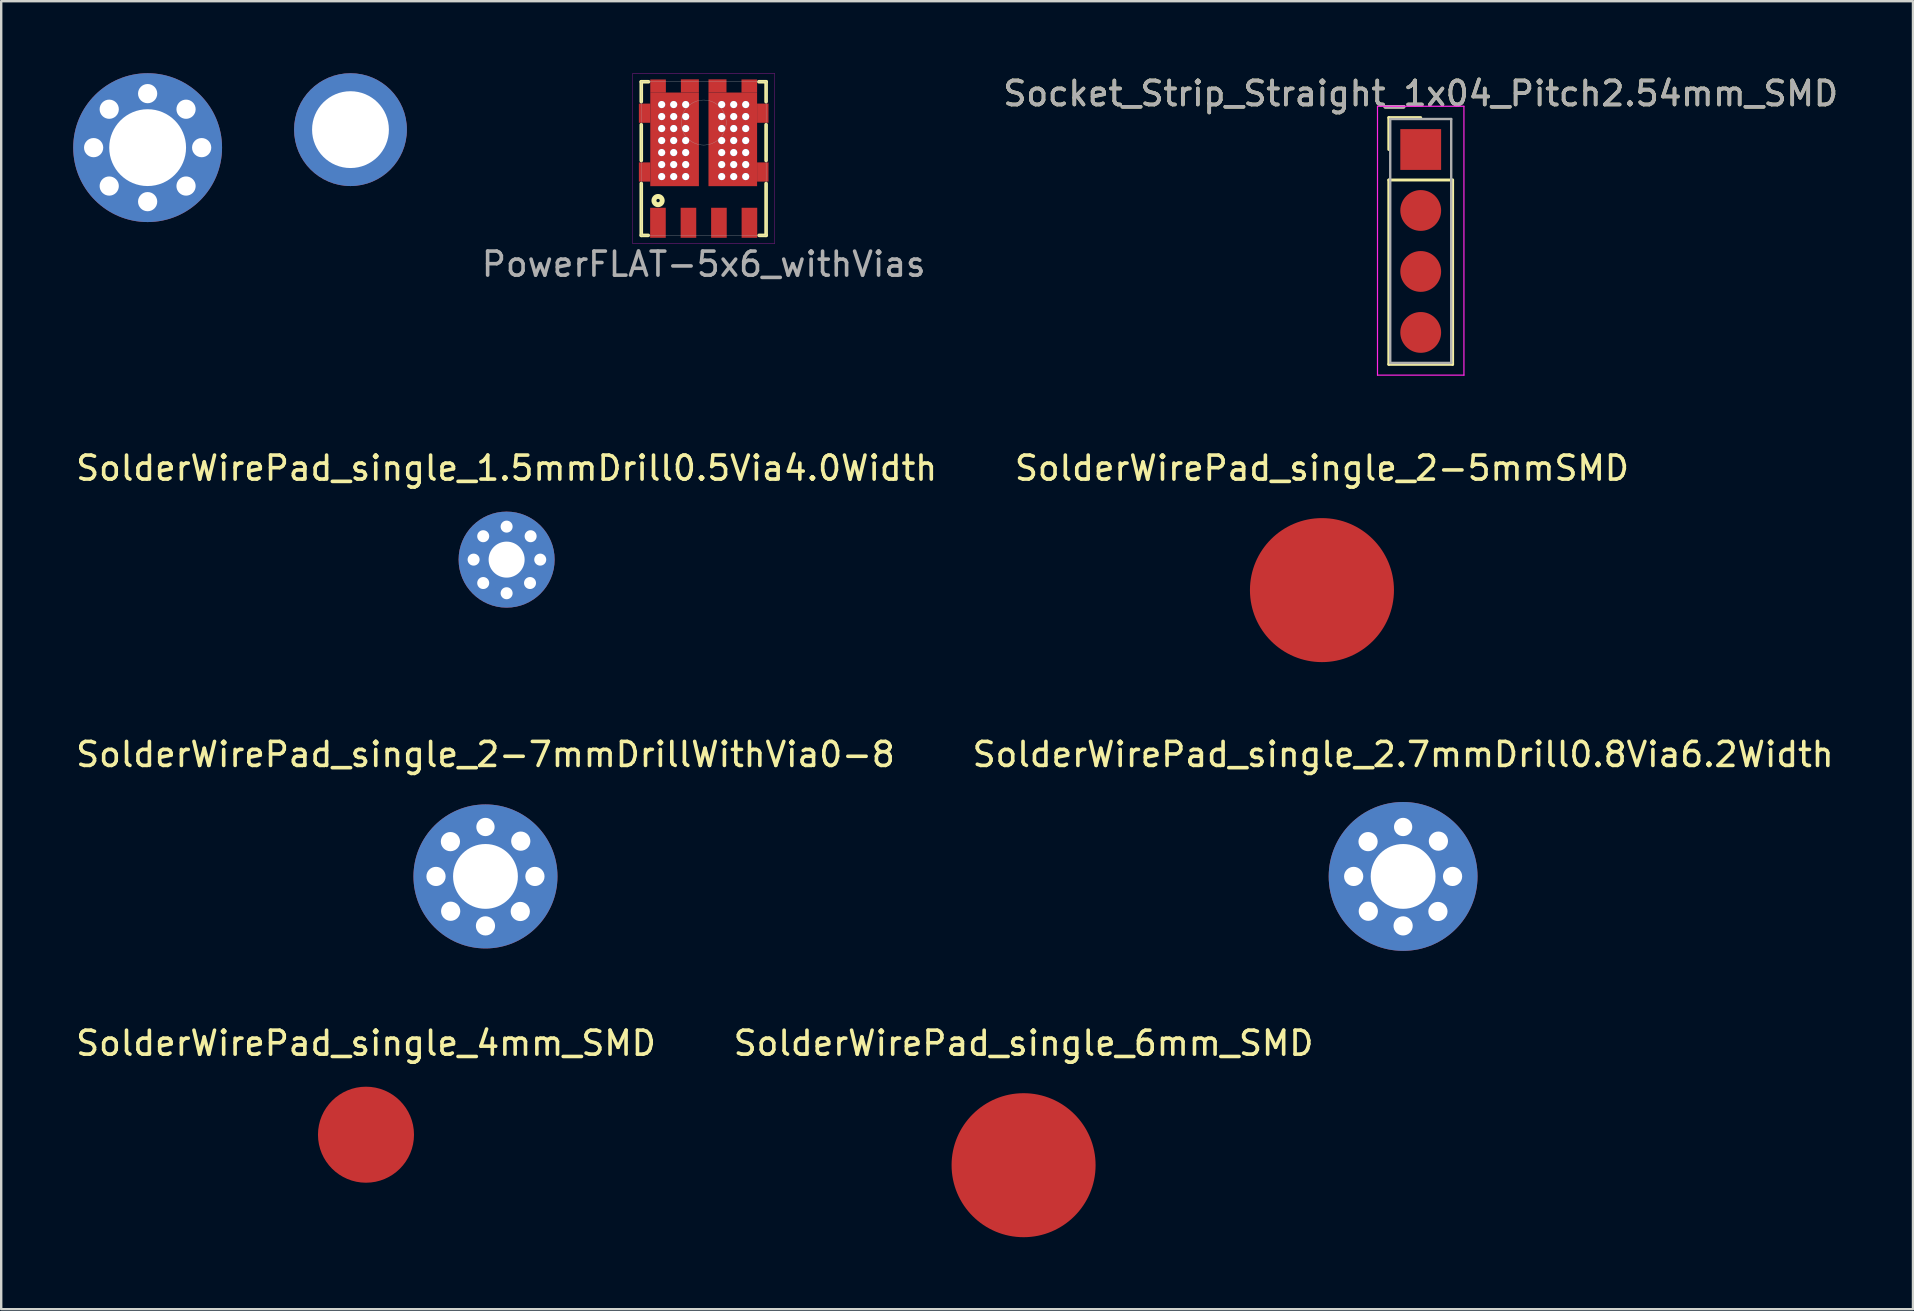
<source format=kicad_pcb>
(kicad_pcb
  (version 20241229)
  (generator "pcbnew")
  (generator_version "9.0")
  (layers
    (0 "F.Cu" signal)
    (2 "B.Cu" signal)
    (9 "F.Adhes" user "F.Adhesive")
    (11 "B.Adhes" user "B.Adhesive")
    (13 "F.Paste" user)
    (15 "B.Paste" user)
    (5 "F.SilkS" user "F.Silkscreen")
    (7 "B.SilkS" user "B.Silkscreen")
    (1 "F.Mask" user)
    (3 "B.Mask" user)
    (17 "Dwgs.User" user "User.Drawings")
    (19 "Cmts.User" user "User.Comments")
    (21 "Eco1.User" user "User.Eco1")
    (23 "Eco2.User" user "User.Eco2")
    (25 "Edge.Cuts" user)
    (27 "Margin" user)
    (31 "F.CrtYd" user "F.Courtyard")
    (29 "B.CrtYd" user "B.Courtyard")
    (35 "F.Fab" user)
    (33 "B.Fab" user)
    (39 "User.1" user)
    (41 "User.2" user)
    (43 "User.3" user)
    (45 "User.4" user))
  (footprint "SolderWirePad_single_4mm_SMD"
    (layer "F.Cu")
    (at 12.196 44.218)
    (property "Reference" "SolderWirePad_single_4mm_SMD" (at 0 -3.81 0) (layer "F.SilkS") (effects (font (size 1 1) (thickness 0.15))))
    (attr through_hole)
    (pad "1" smd circle (at 0 0) (size 4 4) (layers "F.Cu" "F.Mask" "F.Paste")))
  (footprint "SolderWirePad_single_1.5mmDrill0.5Via4.0Width"
    (layer "F.Cu")
    (at 18.054 20.262)
    (property "Reference" "SolderWirePad_single_1.5mmDrill0.5Via4.0Width" (at 0 -3.81 0) (layer "F.SilkS") (effects (font (size 1 1) (thickness 0.15))))
    (attr through_hole)
    (pad "1" thru_hole circle (at -1.375 0) (size 1.1 1.1) (drill 0.5) (layers "*.Cu" "*.Mask"))
    (pad "1" thru_hole circle (at -0.975 -0.975) (size 1.1 1.1) (drill 0.5) (layers "*.Cu" "*.Mask"))
    (pad "1" thru_hole circle (at -0.975 0.975) (size 1.1 1.1) (drill 0.5) (layers "*.Cu" "*.Mask"))
    (pad "1" thru_hole circle (at 0 -1.375) (size 1.1 1.1) (drill 0.5) (layers "*.Cu" "*.Mask"))
    (pad "1" thru_hole circle (at 0 0) (size 4 4) (drill 1.5) (layers "*.Cu" "*.Mask"))
    (pad "1" thru_hole circle (at 0 1.4) (size 1.1 1.1) (drill 0.5) (layers "*.Cu" "*.Mask"))
    (pad "1" thru_hole circle (at 0.975 0.975) (size 1.1 1.1) (drill 0.5) (layers "*.Cu" "*.Mask"))
    (pad "1" thru_hole circle (at 1 -0.975) (size 1.1 1.1) (drill 0.5) (layers "*.Cu" "*.Mask"))
    (pad "1" thru_hole circle (at 1.4 0) (size 1.1 1.1) (drill 0.5) (layers "*.Cu" "*.Mask")))
  (footprint "SolderWirePad_single_2-7mmDrillWithVia0-8"
    (layer "F.Cu")
    (at 17.173 33.459)
    (property "Reference" "SolderWirePad_single_2-7mmDrillWithVia0-8" (at 0 -5.08 0) (layer "F.SilkS") (effects (font (size 1 1) (thickness 0.15))))
    (attr through_hole)
    (pad "1" thru_hole circle (at -2.06 0) (size 1.524 1.524) (drill 0.8) (layers "*.Cu" "*.Mask"))
    (pad "1" thru_hole circle (at -1.46 -1.45) (size 1.524 1.524) (drill 0.8) (layers "*.Cu" "*.Mask"))
    (pad "1" thru_hole circle (at -1.45 1.45) (size 1.524 1.524) (drill 0.8) (layers "*.Cu" "*.Mask"))
    (pad "1" thru_hole circle (at 0 -2.06) (size 1.524 1.524) (drill 0.762) (layers "*.Cu" "*.Mask"))
    (pad "1" thru_hole circle (at 0 0) (size 5.999 5.999) (drill 2.7) (layers "*.Cu" "*.Mask"))
    (pad "1" thru_hole circle (at 0 2.06) (size 1.524 1.524) (drill 0.8) (layers "*.Cu" "*.Mask"))
    (pad "1" thru_hole circle (at 1.45 1.46) (size 1.524 1.524) (drill 0.8) (layers "*.Cu" "*.Mask"))
    (pad "1" thru_hole circle (at 1.47 -1.47) (size 1.524 1.524) (drill 0.8) (layers "*.Cu" "*.Mask"))
    (pad "1" thru_hole circle (at 2.06 0) (size 1.524 1.524) (drill 0.8) (layers "*.Cu" "*.Mask")))
  (footprint "SolderWirePad_single_2-5mmSMD"
    (layer "F.Cu")
    (at 52.018 21.532)
    (property "Reference" "SolderWirePad_single_2-5mmSMD" (at 0 -5.08 0) (layer "F.SilkS") (effects (font (size 1 1) (thickness 0.15))))
    (attr through_hole)
    (pad "1" smd circle (at 0 0) (size 5.999 5.999) (layers "F.Cu" "F.Mask" "F.Paste")))
  (footprint "hole_d3.2w1.5"
    (layer "F.Cu")
    (at 11.55 2.35)
    (property "Reference" "hole_d3.2w1.5" (at 0 -0.3 0) (layer "F.SilkS") (effects (font (size 0.127 0.127) (thickness 0.015))))
    (attr through_hole)
    (pad "1" thru_hole circle (at 0 0) (size 4.7 4.7) (drill 3.2) (layers "*.Cu" "*.Mask")))
  (footprint "hole3.2w6.2"
    (layer "F.Cu")
    (at 3.1 3.1)
    (property "Reference" "hole3.2w6.2" (at 0 -0.3 0) (layer "F.SilkS") (effects (font (size 0.127 0.127) (thickness 0.015))))
    (attr through_hole)
    (pad "1" thru_hole circle (at -2.25 0) (size 1 1) (drill 0.8) (layers "*.Cu" "*.Mask"))
    (pad "1" thru_hole circle (at -1.6 -1.6) (size 1 1) (drill 0.8) (layers "*.Cu" "*.Mask"))
    (pad "1" thru_hole circle (at -1.6 1.6) (size 1 1) (drill 0.8) (layers "*.Cu" "*.Mask"))
    (pad "1" thru_hole circle (at 0 -2.25) (size 1 1) (drill 0.8) (layers "*.Cu" "*.Mask"))
    (pad "1" thru_hole circle (at 0 0) (size 6.2 6.2) (drill 3.2) (layers "*.Cu" "*.Mask"))
    (pad "1" thru_hole circle (at 0 2.25) (size 1 1) (drill 0.8) (layers "*.Cu" "*.Mask"))
    (pad "1" thru_hole circle (at 1.6 -1.6) (size 1 1) (drill 0.8) (layers "*.Cu" "*.Mask"))
    (pad "1" thru_hole circle (at 1.6 1.6) (size 1 1) (drill 0.8) (layers "*.Cu" "*.Mask"))
    (pad "1" thru_hole circle (at 2.25 0) (size 1 1) (drill 0.8) (layers "*.Cu" "*.Mask")))
  (footprint "PowerFLAT-5x6_withVias"
    (layer "F.Cu")
    (at 26.263 3.555)
    (property "Reference" "PowerFLAT-5x6_withVias" (at 0 4.4 0) (layer "F.Fab") (effects (font (size 1 1) (thickness 0.15))))
    (attr through_hole)
    (fp_line (start -2.6 -3.2) (end -2.6 -2.37) (stroke (width 0.15) (type solid)) (layer "F.SilkS"))
    (fp_line (start -2.6 -1.41) (end -2.6 0.08) (stroke (width 0.15) (type solid)) (layer "F.SilkS"))
    (fp_line (start -2.6 1.04) (end -2.6 3.2) (stroke (width 0.15) (type solid)) (layer "F.SilkS"))
    (fp_line (start -2.6 3.2) (end -2.31 3.2) (stroke (width 0.15) (type solid)) (layer "F.SilkS"))
    (fp_line (start -2.3 -3.2) (end -2.6 -3.2) (stroke (width 0.15) (type solid)) (layer "F.SilkS"))
    (fp_line (start 2.6 -3.2) (end 2.3 -3.2) (stroke (width 0.15) (type solid)) (layer "F.SilkS"))
    (fp_line (start 2.6 -2.37) (end 2.6 -3.2) (stroke (width 0.15) (type solid)) (layer "F.SilkS"))
    (fp_line (start 2.6 0.08) (end 2.6 -1.41) (stroke (width 0.15) (type solid)) (layer "F.SilkS"))
    (fp_line (start 2.6 1.04) (end 2.6 3.2) (stroke (width 0.15) (type solid)) (layer "F.SilkS"))
    (fp_line (start 2.6 3.2) (end 2.31 3.2) (stroke (width 0.15) (type solid)) (layer "F.SilkS"))
    (fp_circle (center -1.9 1.75) (end -1.85 1.8) (stroke (width 0.15) (type solid)) (fill no) (layer "F.SilkS"))
    (fp_circle (center -1.9 1.75) (end -1.7 1.75) (stroke (width 0.15) (type solid)) (fill no) (layer "F.SilkS"))
    (fp_line (start -2.95 -3.55) (end 1.9 -3.55) (stroke (width 0.01) (type solid)) (layer "F.CrtYd"))
    (fp_line (start -2.95 3.55) (end -2.95 -3.55) (stroke (width 0.01) (type solid)) (layer "F.CrtYd"))
    (fp_line (start 1.9 -3.55) (end 2.95 -3.55) (stroke (width 0.01) (type solid)) (layer "F.CrtYd"))
    (fp_line (start 2.95 -3.55) (end 2.95 3.55) (stroke (width 0.01) (type solid)) (layer "F.CrtYd"))
    (fp_line (start 2.95 3.55) (end -2.95 3.55) (stroke (width 0.01) (type solid)) (layer "F.CrtYd"))
    (fp_line (start -2.6 -3.2) (end 2.6 -3.2) (stroke (width 0.01) (type solid)) (layer "F.Fab"))
    (fp_line (start -2.6 3.2) (end -2.6 -3.2) (stroke (width 0.01) (type solid)) (layer "F.Fab"))
    (fp_line (start 2.6 -3.2) (end 2.6 3.2) (stroke (width 0.01) (type solid)) (layer "F.Fab"))
    (fp_line (start 2.6 3.2) (end -2.6 3.2) (stroke (width 0.01) (type solid)) (layer "F.Fab"))
    (fp_circle (center 0 -1.5) (end 0.7 -2.125) (stroke (width 0.01) (type solid)) (fill no) (layer "F.Fab"))
    (pad "D1" smd rect (at 0.575 -3.025) (size 0.75 0.55) (layers "F.Cu" "F.Mask" "F.Paste"))
    (pad "D1" thru_hole circle (at 0.75 -2.25) (size 0.3 0.3) (drill 0.3) (layers "*.Cu" "*.Mask"))
    (pad "D1" thru_hole circle (at 0.75 -1.75) (size 0.3 0.3) (drill 0.3) (layers "*.Cu" "*.Mask"))
    (pad "D1" thru_hole circle (at 0.75 -1.25) (size 0.3 0.3) (drill 0.3) (layers "*.Cu" "*.Mask"))
    (pad "D1" thru_hole circle (at 0.75 -0.75) (size 0.3 0.3) (drill 0.3) (layers "*.Cu" "*.Mask"))
    (pad "D1" thru_hole circle (at 0.75 -0.25) (size 0.3 0.3) (drill 0.3) (layers "*.Cu" "*.Mask"))
    (pad "D1" thru_hole circle (at 0.75 0.25) (size 0.3 0.3) (drill 0.3) (layers "*.Cu" "*.Mask"))
    (pad "D1" thru_hole circle (at 0.75 0.75) (size 0.3 0.3) (drill 0.3) (layers "*.Cu" "*.Mask"))
    (pad "D1" smd rect (at 1.212 -0.8) (size 2.025 3.9) (layers "F.Cu" "F.Mask" "F.Paste"))
    (pad "D1" thru_hole circle (at 1.25 -2.25) (size 0.3 0.3) (drill 0.3) (layers "*.Cu" "*.Mask"))
    (pad "D1" thru_hole circle (at 1.25 -1.75) (size 0.3 0.3) (drill 0.3) (layers "*.Cu" "*.Mask"))
    (pad "D1" thru_hole circle (at 1.25 -1.25) (size 0.3 0.3) (drill 0.3) (layers "*.Cu" "*.Mask"))
    (pad "D1" thru_hole circle (at 1.25 -0.75) (size 0.3 0.3) (drill 0.3) (layers "*.Cu" "*.Mask"))
    (pad "D1" thru_hole circle (at 1.25 -0.25) (size 0.3 0.3) (drill 0.3) (layers "*.Cu" "*.Mask"))
    (pad "D1" thru_hole circle (at 1.25 0.25) (size 0.3 0.3) (drill 0.3) (layers "*.Cu" "*.Mask"))
    (pad "D1" thru_hole circle (at 1.25 0.75) (size 0.3 0.3) (drill 0.3) (layers "*.Cu" "*.Mask"))
    (pad "D1" thru_hole circle (at 1.75 -2.25) (size 0.3 0.3) (drill 0.3) (layers "*.Cu" "*.Mask"))
    (pad "D1" thru_hole circle (at 1.75 -1.75) (size 0.3 0.3) (drill 0.3) (layers "*.Cu" "*.Mask"))
    (pad "D1" thru_hole circle (at 1.75 -1.25) (size 0.3 0.3) (drill 0.3) (layers "*.Cu" "*.Mask"))
    (pad "D1" thru_hole circle (at 1.75 -0.75) (size 0.3 0.3) (drill 0.3) (layers "*.Cu" "*.Mask"))
    (pad "D1" thru_hole circle (at 1.75 -0.25) (size 0.3 0.3) (drill 0.3) (layers "*.Cu" "*.Mask"))
    (pad "D1" thru_hole circle (at 1.75 0.25) (size 0.3 0.3) (drill 0.3) (layers "*.Cu" "*.Mask"))
    (pad "D1" thru_hole circle (at 1.75 0.75) (size 0.3 0.3) (drill 0.3) (layers "*.Cu" "*.Mask"))
    (pad "D1" smd rect (at 1.9 -3.02) (size 0.65 0.55) (layers "F.Cu" "F.Mask" "F.Paste"))
    (pad "D1" smd rect (at 2.462 -1.89) (size 0.475 0.8) (layers "F.Cu" "F.Mask" "F.Paste"))
    (pad "D1" smd rect (at 2.462 0.56) (size 0.475 0.8) (layers "F.Cu" "F.Mask" "F.Paste"))
    (pad "D2" smd rect (at -2.462 -1.89) (size 0.475 0.8) (layers "F.Cu" "F.Mask" "F.Paste"))
    (pad "D2" smd rect (at -2.462 0.56) (size 0.475 0.8) (layers "F.Cu" "F.Mask" "F.Paste"))
    (pad "D2" smd rect (at -1.9 -3.02) (size 0.65 0.55) (layers "F.Cu" "F.Mask" "F.Paste"))
    (pad "D2" thru_hole circle (at -1.75 -2.25) (size 0.3 0.3) (drill 0.3) (layers "*.Cu" "*.Mask"))
    (pad "D2" thru_hole circle (at -1.75 -1.75) (size 0.3 0.3) (drill 0.3) (layers "*.Cu" "*.Mask"))
    (pad "D2" thru_hole circle (at -1.75 -1.25) (size 0.3 0.3) (drill 0.3) (layers "*.Cu" "*.Mask"))
    (pad "D2" thru_hole circle (at -1.75 -0.75) (size 0.3 0.3) (drill 0.3) (layers "*.Cu" "*.Mask"))
    (pad "D2" thru_hole circle (at -1.75 -0.25) (size 0.3 0.3) (drill 0.3) (layers "*.Cu" "*.Mask"))
    (pad "D2" thru_hole circle (at -1.75 0.25) (size 0.3 0.3) (drill 0.3) (layers "*.Cu" "*.Mask"))
    (pad "D2" thru_hole circle (at -1.75 0.75) (size 0.3 0.3) (drill 0.3) (layers "*.Cu" "*.Mask"))
    (pad "D2" thru_hole circle (at -1.25 -2.25) (size 0.3 0.3) (drill 0.3) (layers "*.Cu" "*.Mask"))
    (pad "D2" thru_hole circle (at -1.25 -1.75) (size 0.3 0.3) (drill 0.3) (layers "*.Cu" "*.Mask"))
    (pad "D2" thru_hole circle (at -1.25 -1.25) (size 0.3 0.3) (drill 0.3) (layers "*.Cu" "*.Mask"))
    (pad "D2" thru_hole circle (at -1.25 -0.75) (size 0.3 0.3) (drill 0.3) (layers "*.Cu" "*.Mask"))
    (pad "D2" thru_hole circle (at -1.25 -0.25) (size 0.3 0.3) (drill 0.3) (layers "*.Cu" "*.Mask"))
    (pad "D2" thru_hole circle (at -1.25 0.25) (size 0.3 0.3) (drill 0.3) (layers "*.Cu" "*.Mask"))
    (pad "D2" thru_hole circle (at -1.25 0.75) (size 0.3 0.3) (drill 0.3) (layers "*.Cu" "*.Mask"))
    (pad "D2" smd rect (at -1.212 -0.8) (size 2.025 3.9) (layers "F.Cu" "F.Mask" "F.Paste"))
    (pad "D2" thru_hole circle (at -0.75 -2.25) (size 0.3 0.3) (drill 0.3) (layers "*.Cu" "*.Mask"))
    (pad "D2" thru_hole circle (at -0.75 -1.75) (size 0.3 0.3) (drill 0.3) (layers "*.Cu" "*.Mask"))
    (pad "D2" thru_hole circle (at -0.75 -1.25) (size 0.3 0.3) (drill 0.3) (layers "*.Cu" "*.Mask"))
    (pad "D2" thru_hole circle (at -0.75 -0.75) (size 0.3 0.3) (drill 0.3) (layers "*.Cu" "*.Mask"))
    (pad "D2" thru_hole circle (at -0.75 0.25) (size 0.3 0.3) (drill 0.3) (layers "*.Cu" "*.Mask"))
    (pad "D2" thru_hole circle (at -0.75 0.75) (size 0.3 0.3) (drill 0.3) (layers "*.Cu" "*.Mask"))
    (pad "D2" smd rect (at -0.575 -3.025) (size 0.75 0.55) (layers "F.Cu" "F.Mask" "F.Paste"))
    (pad "D16" thru_hole circle (at -0.75 -0.25) (size 0.3 0.3) (drill 0.3) (layers "*.Cu" "*.Mask"))
    (pad "G1" smd rect (at 1.905 2.675) (size 0.65 1.25) (layers "F.Cu" "F.Mask" "F.Paste"))
    (pad "G2" smd rect (at -0.635 2.675) (size 0.65 1.25) (layers "F.Cu" "F.Mask" "F.Paste"))
    (pad "S1" smd rect (at 0.635 2.675) (size 0.65 1.25) (layers "F.Cu" "F.Mask" "F.Paste"))
    (pad "S2" smd rect (at -1.905 2.675) (size 0.65 1.25) (layers "F.Cu" "F.Mask" "F.Paste")))
  (footprint "Socket_Strip_Straight_1x04_Pitch2.54mm_SMD"
    (layer "F.Cu")
    (at 56.132 3.178)
    (property "Reference" "Socket_Strip_Straight_1x04_Pitch2.54mm_SMD" (at 0 -2.33 0) (layer "F.SilkS") (effects (font (size 1 1) (thickness 0.15))))
    (attr through_hole)
    (fp_line (start -1.33 -1.33) (end 0 -1.33) (stroke (width 0.12) (type solid)) (layer "F.SilkS"))
    (fp_line (start -1.33 0) (end -1.33 -1.33) (stroke (width 0.12) (type solid)) (layer "F.SilkS"))
    (fp_line (start -1.33 1.27) (end -1.33 8.95) (stroke (width 0.12) (type solid)) (layer "F.SilkS"))
    (fp_line (start -1.33 8.95) (end 1.33 8.95) (stroke (width 0.12) (type solid)) (layer "F.SilkS"))
    (fp_line (start 1.33 1.27) (end -1.33 1.27) (stroke (width 0.12) (type solid)) (layer "F.SilkS"))
    (fp_line (start 1.33 8.95) (end 1.33 1.27) (stroke (width 0.12) (type solid)) (layer "F.SilkS"))
    (fp_line (start -1.8 -1.8) (end -1.8 9.4) (stroke (width 0.05) (type solid)) (layer "F.CrtYd"))
    (fp_line (start -1.8 9.4) (end 1.8 9.4) (stroke (width 0.05) (type solid)) (layer "F.CrtYd"))
    (fp_line (start 1.8 -1.8) (end -1.8 -1.8) (stroke (width 0.05) (type solid)) (layer "F.CrtYd"))
    (fp_line (start 1.8 9.4) (end 1.8 -1.8) (stroke (width 0.05) (type solid)) (layer "F.CrtYd"))
    (fp_line (start -1.27 -1.27) (end -1.27 8.89) (stroke (width 0.1) (type solid)) (layer "F.Fab"))
    (fp_line (start -1.27 8.89) (end 1.27 8.89) (stroke (width 0.1) (type solid)) (layer "F.Fab"))
    (fp_line (start 1.27 -1.27) (end -1.27 -1.27) (stroke (width 0.1) (type solid)) (layer "F.Fab"))
    (fp_line (start 1.27 8.89) (end 1.27 -1.27) (stroke (width 0.1) (type solid)) (layer "F.Fab"))
    (fp_text user "${REFERENCE}" (at 0 -2.33 0) (layer "F.Fab") (effects (font (size 1 1) (thickness 0.15))))
    (pad "1" smd rect (at 0 0) (size 1.7 1.7) (layers "F.Cu" "F.Mask" "F.Paste"))
    (pad "2" smd oval (at 0 2.54) (size 1.7 1.7) (layers "F.Cu" "F.Mask" "F.Paste"))
    (pad "3" smd oval (at 0 5.08) (size 1.7 1.7) (layers "F.Cu" "F.Mask" "F.Paste"))
    (pad "4" smd oval (at 0 7.62) (size 1.7 1.7) (layers "F.Cu" "F.Mask" "F.Paste")))
  (footprint "SolderWirePad_single_2.7mmDrill0.8Via6.2Width"
    (layer "F.Cu")
    (at 55.399 33.459)
    (property "Reference" "SolderWirePad_single_2.7mmDrill0.8Via6.2Width" (at 0 -5.08 0) (layer "F.SilkS") (effects (font (size 1 1) (thickness 0.15))))
    (attr through_hole)
    (pad "1" thru_hole circle (at -2.06 0) (size 1.4 1.4) (drill 0.8) (layers "*.Cu" "*.Mask"))
    (pad "1" thru_hole circle (at -1.46 -1.45) (size 1.4 1.4) (drill 0.8) (layers "*.Cu" "*.Mask"))
    (pad "1" thru_hole circle (at -1.45 1.45) (size 1.4 1.4) (drill 0.8) (layers "*.Cu" "*.Mask"))
    (pad "1" thru_hole circle (at 0 -2.06) (size 1.4 1.4) (drill 0.762) (layers "*.Cu" "*.Mask"))
    (pad "1" thru_hole circle (at 0 0) (size 6.2 6.2) (drill 2.7) (layers "*.Cu" "*.Mask"))
    (pad "1" thru_hole circle (at 0 2.06) (size 1.4 1.4) (drill 0.8) (layers "*.Cu" "*.Mask"))
    (pad "1" thru_hole circle (at 1.45 1.46) (size 1.4 1.4) (drill 0.8) (layers "*.Cu" "*.Mask"))
    (pad "1" thru_hole circle (at 1.47 -1.47) (size 1.4 1.4) (drill 0.8) (layers "*.Cu" "*.Mask"))
    (pad "1" thru_hole circle (at 2.06 0) (size 1.4 1.4) (drill 0.8) (layers "*.Cu" "*.Mask")))
  (footprint "SolderWirePad_single_6mm_SMD"
    (layer "F.Cu")
    (at 39.589 45.488)
    (property "Reference" "SolderWirePad_single_6mm_SMD" (at 0 -5.08 0) (layer "F.SilkS") (effects (font (size 1 1) (thickness 0.15))))
    (attr through_hole)
    (pad "1" smd circle (at 0 0) (size 5.999 5.999) (layers "F.Cu" "F.Mask" "F.Paste")))
  (gr_rect
    (start -3 -3)
    (end 76.638 51.487)
    (stroke (width 0.1) (type default))
    (fill no)
    (layer "Edge.Cuts")))
</source>
